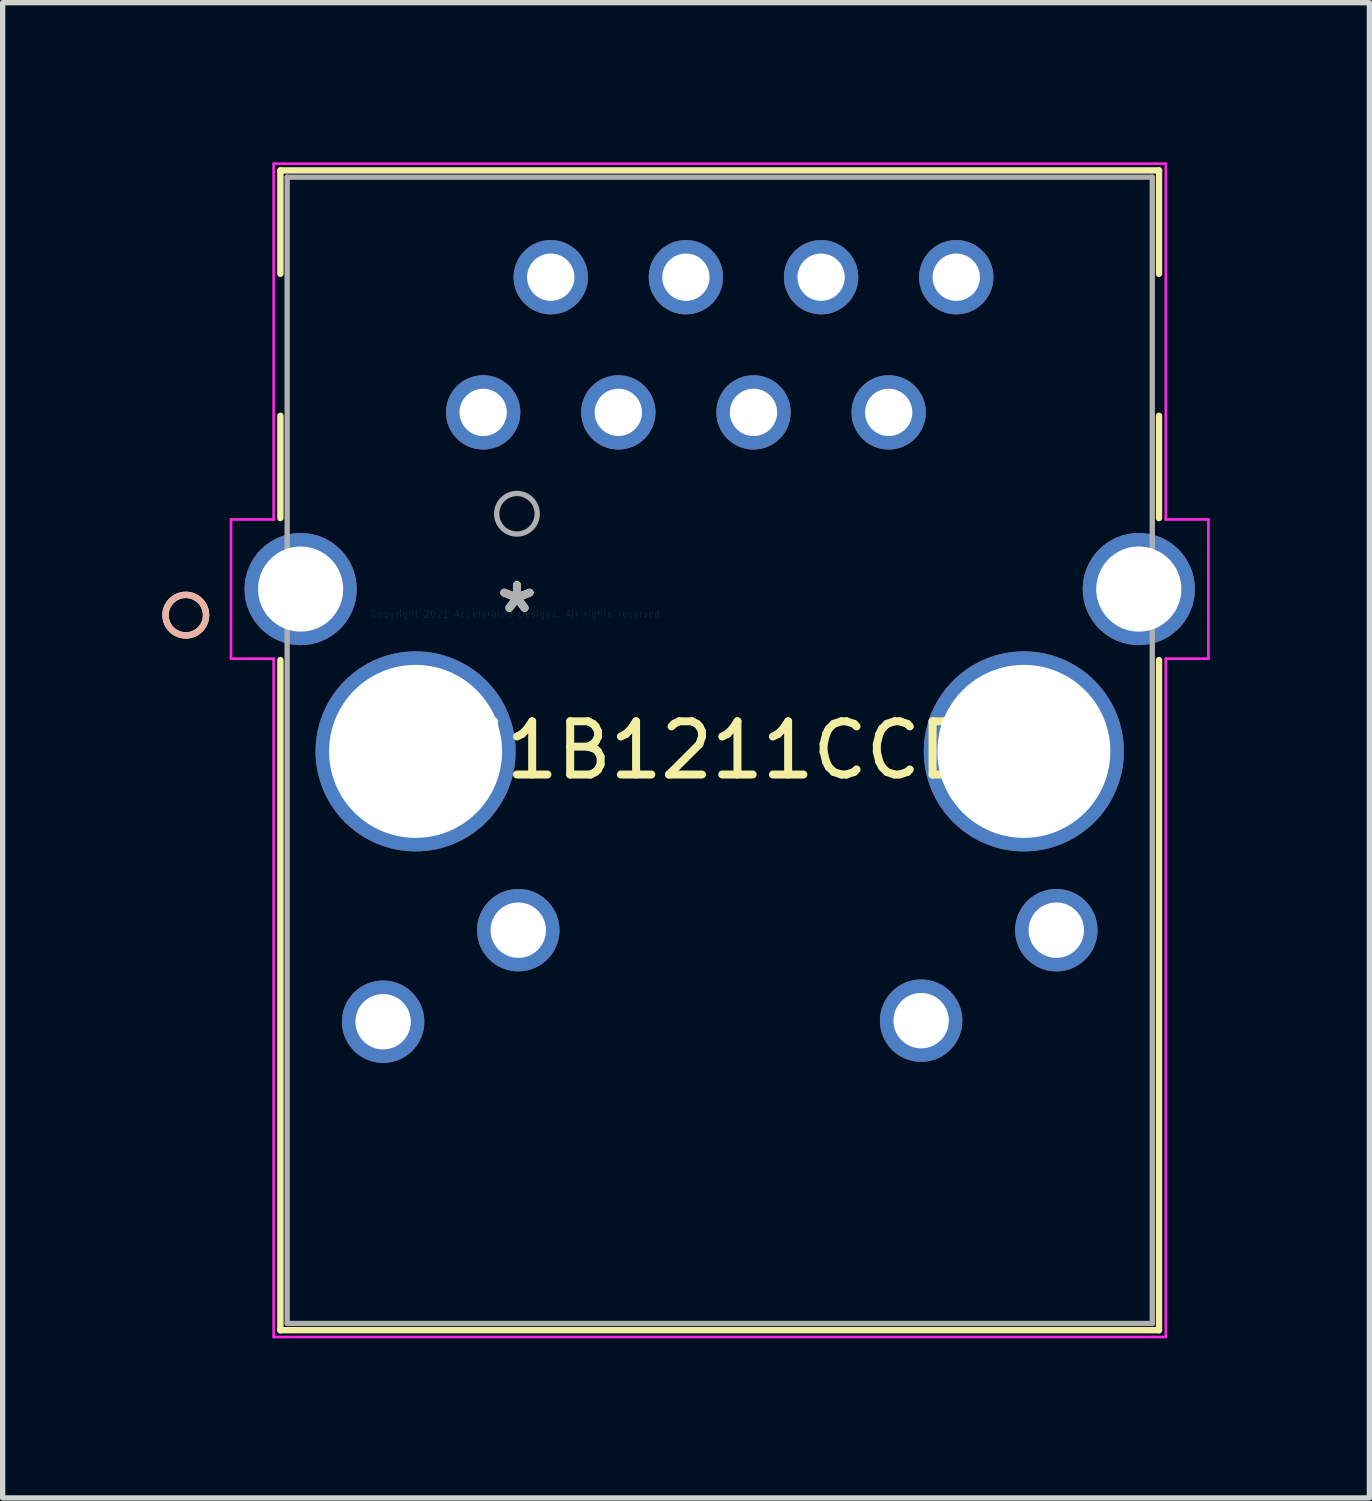
<source format=kicad_pcb>
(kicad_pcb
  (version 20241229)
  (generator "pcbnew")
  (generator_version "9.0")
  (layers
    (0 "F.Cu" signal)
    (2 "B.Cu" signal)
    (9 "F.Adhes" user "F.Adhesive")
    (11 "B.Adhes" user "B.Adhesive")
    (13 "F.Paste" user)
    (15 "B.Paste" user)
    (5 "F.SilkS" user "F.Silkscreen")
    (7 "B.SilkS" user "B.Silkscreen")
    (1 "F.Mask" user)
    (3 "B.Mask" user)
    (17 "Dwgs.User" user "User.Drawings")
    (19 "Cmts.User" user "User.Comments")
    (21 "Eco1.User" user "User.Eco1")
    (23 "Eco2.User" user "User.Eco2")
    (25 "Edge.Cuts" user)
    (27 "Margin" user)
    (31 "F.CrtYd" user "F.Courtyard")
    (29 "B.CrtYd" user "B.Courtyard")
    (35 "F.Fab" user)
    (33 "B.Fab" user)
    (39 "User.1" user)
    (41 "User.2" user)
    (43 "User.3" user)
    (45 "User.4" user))
  (footprint "J1B1211CCD"
    (layer "F.Cu")
    (at 6.664 8.489)
    (property "Reference" "J1B1211CCD" (at 3.81 2.56 0) (layer "F.SilkS") (effects (font (size 1 1) (thickness 0.15))))
    (attr through_hole)
    (fp_line (start -4.445 -8.337) (end -4.445 -6.394) (stroke (width 0.12) (type solid)) (layer "F.SilkS"))
    (fp_line (start -4.445 -3.726) (end -4.445 -1.804) (stroke (width 0.12) (type solid)) (layer "F.SilkS"))
    (fp_line (start -4.445 0.864) (end -4.445 13.457) (stroke (width 0.12) (type solid)) (layer "F.SilkS"))
    (fp_line (start -4.445 13.457) (end 12.065 13.457) (stroke (width 0.12) (type solid)) (layer "F.SilkS"))
    (fp_line (start 12.065 -8.337) (end -4.445 -8.337) (stroke (width 0.12) (type solid)) (layer "F.SilkS"))
    (fp_line (start 12.065 -6.394) (end 12.065 -8.337) (stroke (width 0.12) (type solid)) (layer "F.SilkS"))
    (fp_line (start 12.065 -1.804) (end 12.065 -3.726) (stroke (width 0.12) (type solid)) (layer "F.SilkS"))
    (fp_line (start 12.065 13.457) (end 12.065 0.864) (stroke (width 0.12) (type solid)) (layer "F.SilkS"))
    (fp_circle (center -6.223 0.02) (end -5.842 0.02) (stroke (width 0.12) (type solid)) (fill no) (layer "F.SilkS"))
    (fp_circle (center -6.223 0.02) (end -5.842 0.02) (stroke (width 0.12) (type solid)) (fill no) (layer "B.SilkS"))
    (fp_line (start -5.373 -1.778) (end -5.373 0.838) (stroke (width 0.05) (type solid)) (layer "F.CrtYd"))
    (fp_line (start -5.373 0.838) (end -4.572 0.838) (stroke (width 0.05) (type solid)) (layer "F.CrtYd"))
    (fp_line (start -4.572 -8.464) (end -4.572 -1.778) (stroke (width 0.05) (type solid)) (layer "F.CrtYd"))
    (fp_line (start -4.572 -1.778) (end -5.373 -1.778) (stroke (width 0.05) (type solid)) (layer "F.CrtYd"))
    (fp_line (start -4.572 0.838) (end -4.572 13.584) (stroke (width 0.05) (type solid)) (layer "F.CrtYd"))
    (fp_line (start -4.572 13.584) (end 12.192 13.584) (stroke (width 0.05) (type solid)) (layer "F.CrtYd"))
    (fp_line (start 12.192 -8.464) (end -4.572 -8.464) (stroke (width 0.05) (type solid)) (layer "F.CrtYd"))
    (fp_line (start 12.192 -1.778) (end 12.192 -8.464) (stroke (width 0.05) (type solid)) (layer "F.CrtYd"))
    (fp_line (start 12.192 0.838) (end 12.993 0.838) (stroke (width 0.05) (type solid)) (layer "F.CrtYd"))
    (fp_line (start 12.192 13.584) (end 12.192 0.838) (stroke (width 0.05) (type solid)) (layer "F.CrtYd"))
    (fp_line (start 12.993 -1.778) (end 12.192 -1.778) (stroke (width 0.05) (type solid)) (layer "F.CrtYd"))
    (fp_line (start 12.993 0.838) (end 12.993 -1.778) (stroke (width 0.05) (type solid)) (layer "F.CrtYd"))
    (fp_line (start -4.318 -8.21) (end -4.318 13.33) (stroke (width 0.1) (type solid)) (layer "F.Fab"))
    (fp_line (start -4.318 13.33) (end 11.938 13.33) (stroke (width 0.1) (type solid)) (layer "F.Fab"))
    (fp_line (start 11.938 -8.21) (end -4.318 -8.21) (stroke (width 0.1) (type solid)) (layer "F.Fab"))
    (fp_line (start 11.938 13.33) (end 11.938 -8.21) (stroke (width 0.1) (type solid)) (layer "F.Fab"))
    (fp_circle (center 0 -1.885) (end 0.381 -1.885) (stroke (width 0.1) (type solid)) (fill no) (layer "F.Fab"))
    (fp_text user "*" (at 0 0 0) (layer "F.SilkS") (effects (font (size 1 1) (thickness 0.15))))
    (fp_text user "Copyright 2021 Accelerated Designs. All rights reserved." (at 0 0 0) (layer "Cmts.User") (effects (font (size 0.127 0.127) (thickness 0.002))))
    (fp_text user "*" (at 0 0 0) (layer "F.Fab") (effects (font (size 1 1) (thickness 0.15))))
    (pad "1" thru_hole circle (at -0.635 -3.79) (size 1.397 1.397) (drill 0.889) (layers "*.Cu" "*.Mask"))
    (pad "2" thru_hole circle (at 0.635 -6.33) (size 1.397 1.397) (drill 0.889) (layers "*.Cu" "*.Mask"))
    (pad "3" thru_hole circle (at 1.905 -3.79) (size 1.397 1.397) (drill 0.889) (layers "*.Cu" "*.Mask"))
    (pad "4" thru_hole circle (at 3.175 -6.33) (size 1.397 1.397) (drill 0.889) (layers "*.Cu" "*.Mask"))
    (pad "5" thru_hole circle (at 4.445 -3.79) (size 1.397 1.397) (drill 0.889) (layers "*.Cu" "*.Mask"))
    (pad "6" thru_hole circle (at 5.715 -6.33) (size 1.397 1.397) (drill 0.889) (layers "*.Cu" "*.Mask"))
    (pad "7" thru_hole circle (at 6.985 -3.79) (size 1.397 1.397) (drill 0.889) (layers "*.Cu" "*.Mask"))
    (pad "8" thru_hole circle (at 8.255 -6.33) (size 1.397 1.397) (drill 0.889) (layers "*.Cu" "*.Mask"))
    (pad "9" thru_hole circle (at -2.515 7.66) (size 1.549 1.549) (drill 1.041) (layers "*.Cu" "*.Mask"))
    (pad "10" thru_hole circle (at 0.025 5.94) (size 1.549 1.549) (drill 1.041) (layers "*.Cu" "*.Mask"))
    (pad "11" thru_hole circle (at 7.595 7.64) (size 1.549 1.549) (drill 1.041) (layers "*.Cu" "*.Mask"))
    (pad "12" thru_hole circle (at 10.135 5.94) (size 1.549 1.549) (drill 1.041) (layers "*.Cu" "*.Mask"))
    (pad "13" thru_hole circle (at -4.065 -0.47 90) (size 2.108 2.108) (drill 1.6) (layers "*.Cu" "*.Mask"))
    (pad "14" thru_hole circle (at -1.905 2.58 90) (size 3.759 3.759) (drill 3.251) (layers "*.Cu" "*.Mask"))
    (pad "15" thru_hole circle (at 9.525 2.58 90) (size 3.759 3.759) (drill 3.251) (layers "*.Cu" "*.Mask"))
    (pad "16" thru_hole circle (at 11.685 -0.47 90) (size 2.108 2.108) (drill 1.6) (layers "*.Cu" "*.Mask")))
  (gr_rect
    (start -3 -3)
    (end 22.682 25.097)
    (stroke (width 0.1) (type default))
    (fill no)
    (layer "Edge.Cuts")))
</source>
